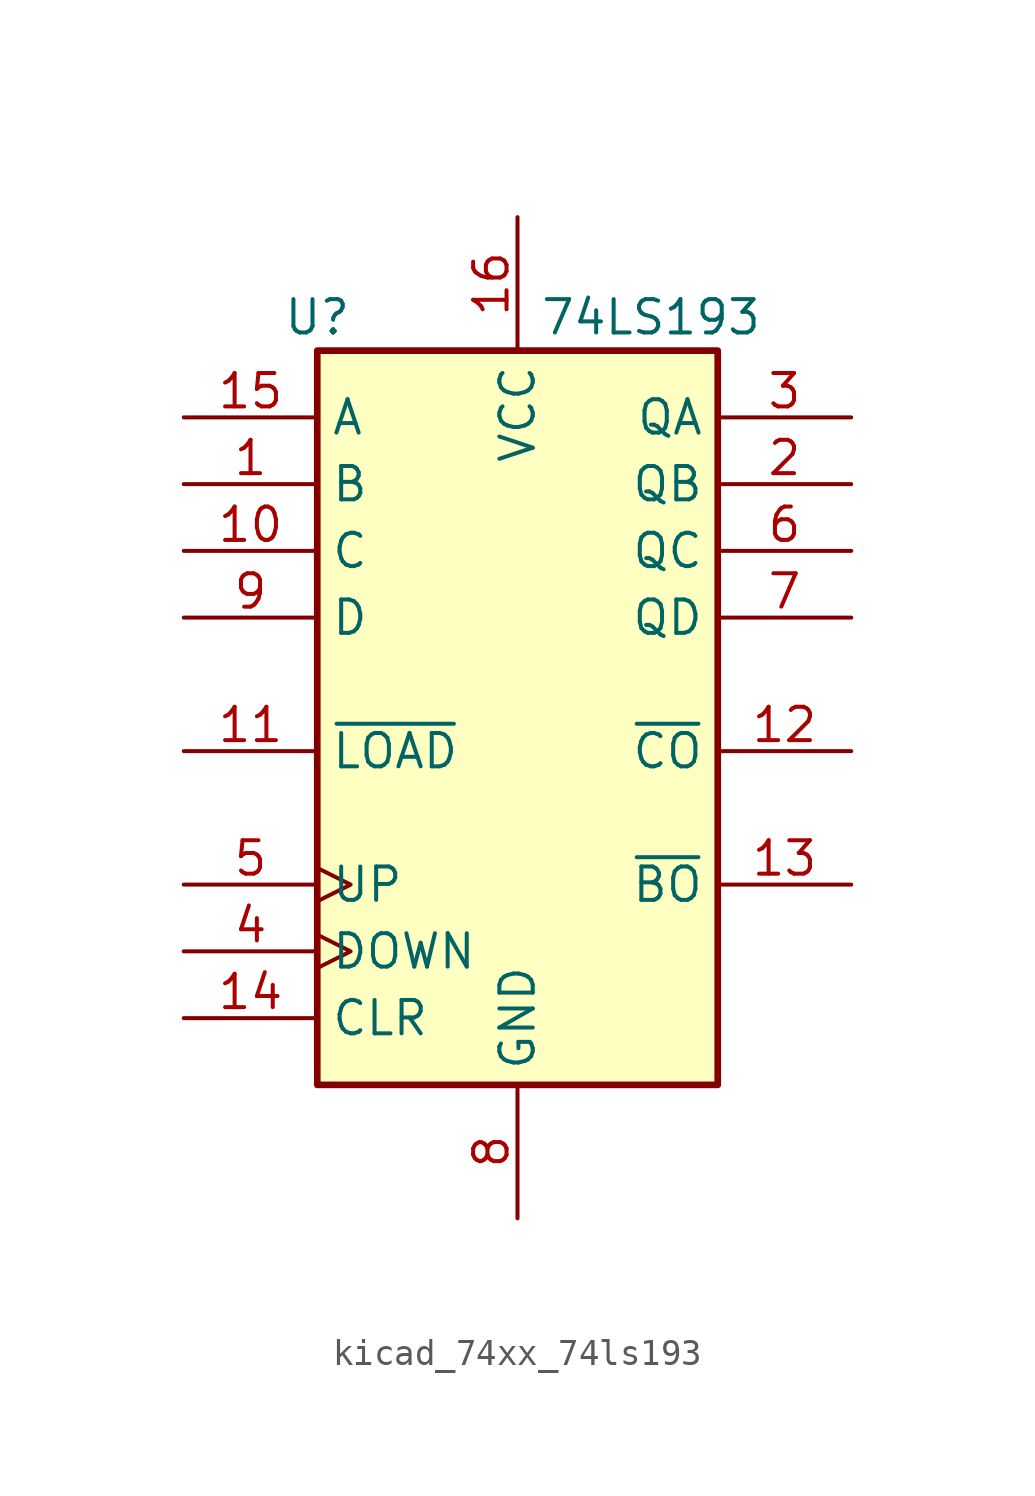
<source format=kicad_sym>
(kicad_symbol_lib
  (version 20220914)
  (generator kicad_symbol_editor)
  (symbol "kicad_74xx_74ls193"
    (property "Reference" "U"
      (at -7.62 13.97 0)
      (effects (font (size 1.27 1.27))))
    (property "Value" "74LS193"
      (at 5.08 13.97 0)
      (effects (font (size 1.27 1.27))))
    (symbol "kicad_74xx_74ls193_1_0"
      (pin input line (at -12.7 7.62 0) (length 5.08) (name "B" (effects (font (size 1.27 1.27)))) (number "1" (effects (font (size 1.27 1.27)))))
      (pin input line (at -12.7 5.08 0) (length 5.08) (name "C" (effects (font (size 1.27 1.27)))) (number "10" (effects (font (size 1.27 1.27)))))
      (pin input line (at -12.7 -2.54 0) (length 5.08) (name "~{LOAD}" (effects (font (size 1.27 1.27)))) (number "11" (effects (font (size 1.27 1.27)))))
      (pin output line (at 12.7 -2.54 180) (length 5.08) (name "~{CO}" (effects (font (size 1.27 1.27)))) (number "12" (effects (font (size 1.27 1.27)))))
      (pin output line (at 12.7 -7.62 180) (length 5.08) (name "~{BO}" (effects (font (size 1.27 1.27)))) (number "13" (effects (font (size 1.27 1.27)))))
      (pin input line (at -12.7 -12.7 0) (length 5.08) (name "CLR" (effects (font (size 1.27 1.27)))) (number "14" (effects (font (size 1.27 1.27)))))
      (pin input line (at -12.7 10.16 0) (length 5.08) (name "A" (effects (font (size 1.27 1.27)))) (number "15" (effects (font (size 1.27 1.27)))))
      (pin power_in line (at 0 17.78 270) (length 5.08) (name "VCC" (effects (font (size 1.27 1.27)))) (number "16" (effects (font (size 1.27 1.27)))))
      (pin output line (at 12.7 7.62 180) (length 5.08) (name "QB" (effects (font (size 1.27 1.27)))) (number "2" (effects (font (size 1.27 1.27)))))
      (pin output line (at 12.7 10.16 180) (length 5.08) (name "QA" (effects (font (size 1.27 1.27)))) (number "3" (effects (font (size 1.27 1.27)))))
      (pin input clock (at -12.7 -10.16 0) (length 5.08) (name "DOWN" (effects (font (size 1.27 1.27)))) (number "4" (effects (font (size 1.27 1.27)))))
      (pin input clock (at -12.7 -7.62 0) (length 5.08) (name "UP" (effects (font (size 1.27 1.27)))) (number "5" (effects (font (size 1.27 1.27)))))
      (pin output line (at 12.7 5.08 180) (length 5.08) (name "QC" (effects (font (size 1.27 1.27)))) (number "6" (effects (font (size 1.27 1.27)))))
      (pin output line (at 12.7 2.54 180) (length 5.08) (name "QD" (effects (font (size 1.27 1.27)))) (number "7" (effects (font (size 1.27 1.27)))))
      (pin power_in line (at 0 -20.32 90) (length 5.08) (name "GND" (effects (font (size 1.27 1.27)))) (number "8" (effects (font (size 1.27 1.27)))))
      (pin input line (at -12.7 2.54 0) (length 5.08) (name "D" (effects (font (size 1.27 1.27)))) (number "9" (effects (font (size 1.27 1.27))))))
    (symbol "kicad_74xx_74ls193_1_1"
      (rectangle (start -7.62 12.7) (end 7.62 -15.24) (stroke (width 0.254) (type default)) (fill (type background))))))
</source>
